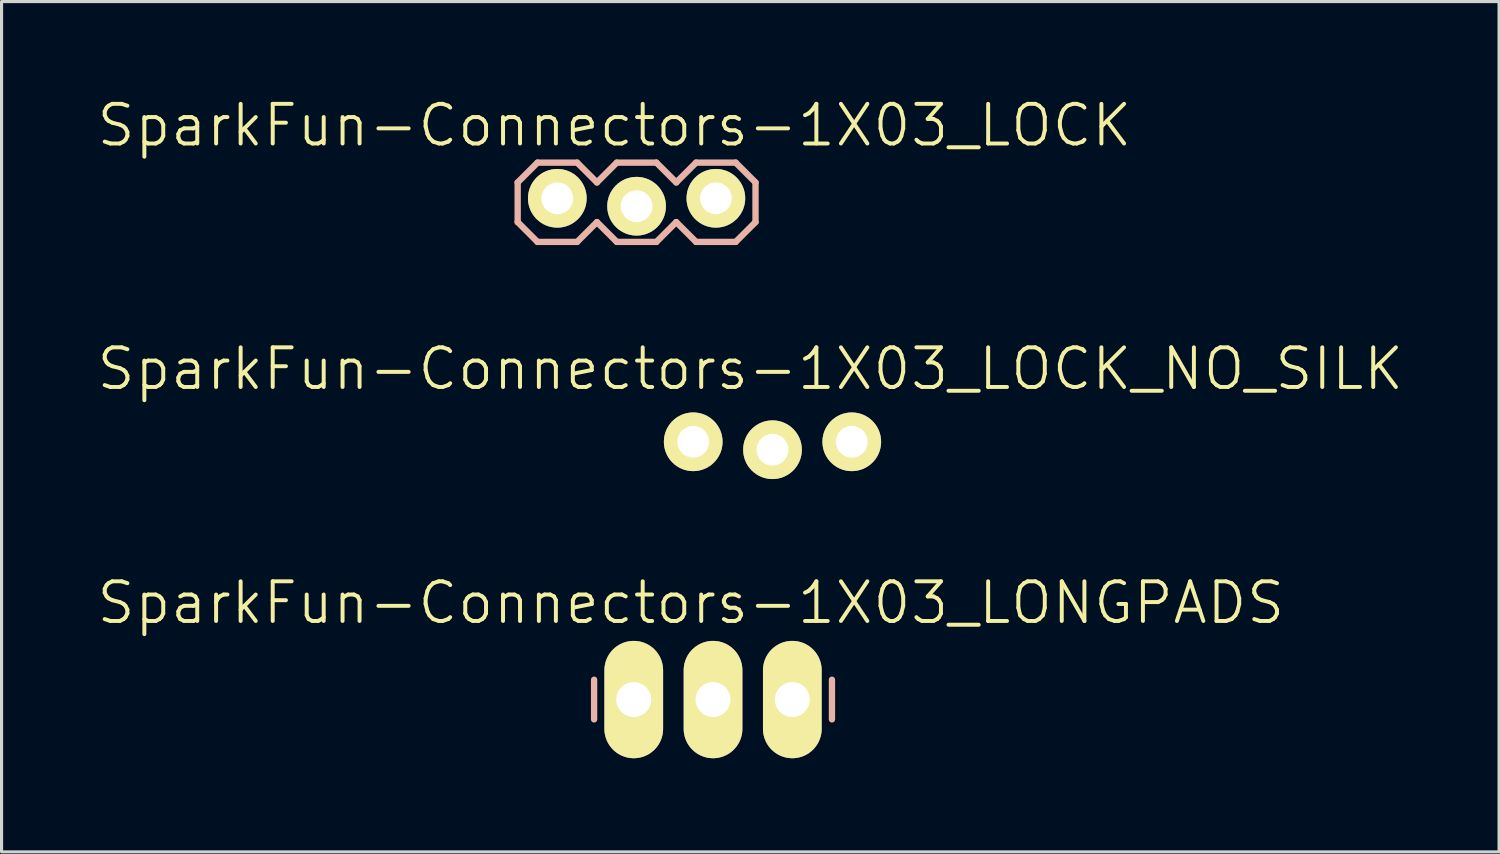
<source format=kicad_pcb>
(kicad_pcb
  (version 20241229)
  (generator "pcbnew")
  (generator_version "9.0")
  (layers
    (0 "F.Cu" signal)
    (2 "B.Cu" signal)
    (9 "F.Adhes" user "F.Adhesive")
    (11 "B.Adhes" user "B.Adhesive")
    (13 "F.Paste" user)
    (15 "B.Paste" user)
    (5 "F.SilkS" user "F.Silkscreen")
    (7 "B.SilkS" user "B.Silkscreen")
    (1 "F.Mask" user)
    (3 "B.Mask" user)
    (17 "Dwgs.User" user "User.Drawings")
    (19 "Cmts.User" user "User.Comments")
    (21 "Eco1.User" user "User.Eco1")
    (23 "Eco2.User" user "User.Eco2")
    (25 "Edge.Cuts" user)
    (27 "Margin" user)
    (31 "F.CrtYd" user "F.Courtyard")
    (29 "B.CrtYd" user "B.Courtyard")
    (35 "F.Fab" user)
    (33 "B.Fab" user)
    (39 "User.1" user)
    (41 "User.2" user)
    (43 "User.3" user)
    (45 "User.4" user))
  (footprint "SparkFun-Connectors-1X03_LOCK_NO_SILK"
    (layer "F.Cu")
    (at 19.159 11.231)
    (property "Reference" "SparkFun-Connectors-1X03_LOCK_NO_SILK" (at 1.829 -2.464 0) (layer "F.SilkS") (effects (font (size 1.27 1.27) (thickness 0.127))))
    (attr exclude_from_pos_files exclude_from_bom)
    (fp_line (start -0.254 -0.254) (end 0.254 -0.254) (stroke (width 0.066) (type solid)) (layer "F.SilkS"))
    (fp_line (start -0.254 0.254) (end -0.254 -0.254) (stroke (width 0.066) (type solid)) (layer "F.SilkS"))
    (fp_line (start -0.254 0.254) (end 0.254 0.254) (stroke (width 0.066) (type solid)) (layer "F.SilkS"))
    (fp_line (start 0.254 0.254) (end 0.254 -0.254) (stroke (width 0.066) (type solid)) (layer "F.SilkS"))
    (fp_line (start 2.286 -0.254) (end 2.794 -0.254) (stroke (width 0.066) (type solid)) (layer "F.SilkS"))
    (fp_line (start 2.286 0.254) (end 2.286 -0.254) (stroke (width 0.066) (type solid)) (layer "F.SilkS"))
    (fp_line (start 2.286 0.254) (end 2.794 0.254) (stroke (width 0.066) (type solid)) (layer "F.SilkS"))
    (fp_line (start 2.794 0.254) (end 2.794 -0.254) (stroke (width 0.066) (type solid)) (layer "F.SilkS"))
    (fp_line (start 4.826 -0.254) (end 5.334 -0.254) (stroke (width 0.066) (type solid)) (layer "F.SilkS"))
    (fp_line (start 4.826 0.254) (end 4.826 -0.254) (stroke (width 0.066) (type solid)) (layer "F.SilkS"))
    (fp_line (start 4.826 0.254) (end 5.334 0.254) (stroke (width 0.066) (type solid)) (layer "F.SilkS"))
    (fp_line (start 5.334 0.254) (end 5.334 -0.254) (stroke (width 0.066) (type solid)) (layer "F.SilkS"))
    (pad "1" thru_hole circle (at 0 -0.127) (size 1.88 1.88) (drill 1.016) (layers "*.Cu" "F.Mask" "F.SilkS" "F.Paste"))
    (pad "2" thru_hole circle (at 2.54 0.127) (size 1.88 1.88) (drill 1.016) (layers "*.Cu" "F.Mask" "F.SilkS" "F.Paste"))
    (pad "3" thru_hole circle (at 5.08 -0.127) (size 1.88 1.88) (drill 1.016) (layers "*.Cu" "F.Mask" "F.SilkS" "F.Paste")))
  (footprint "SparkFun-Connectors-1X03_LOCK"
    (layer "F.Cu")
    (at 14.805 3.43)
    (property "Reference" "SparkFun-Connectors-1X03_LOCK" (at 1.829 -2.464 0) (layer "F.SilkS") (effects (font (size 1.27 1.27) (thickness 0.127))))
    (attr exclude_from_pos_files exclude_from_bom)
    (fp_line (start -0.254 -0.254) (end 0.254 -0.254) (stroke (width 0.066) (type solid)) (layer "F.SilkS"))
    (fp_line (start -0.254 0.254) (end -0.254 -0.254) (stroke (width 0.066) (type solid)) (layer "F.SilkS"))
    (fp_line (start -0.254 0.254) (end 0.254 0.254) (stroke (width 0.066) (type solid)) (layer "F.SilkS"))
    (fp_line (start 0.254 0.254) (end 0.254 -0.254) (stroke (width 0.066) (type solid)) (layer "F.SilkS"))
    (fp_line (start 2.286 -0.254) (end 2.794 -0.254) (stroke (width 0.066) (type solid)) (layer "F.SilkS"))
    (fp_line (start 2.286 0.254) (end 2.286 -0.254) (stroke (width 0.066) (type solid)) (layer "F.SilkS"))
    (fp_line (start 2.286 0.254) (end 2.794 0.254) (stroke (width 0.066) (type solid)) (layer "F.SilkS"))
    (fp_line (start 2.794 0.254) (end 2.794 -0.254) (stroke (width 0.066) (type solid)) (layer "F.SilkS"))
    (fp_line (start 4.826 -0.254) (end 5.334 -0.254) (stroke (width 0.066) (type solid)) (layer "F.SilkS"))
    (fp_line (start 4.826 0.254) (end 4.826 -0.254) (stroke (width 0.066) (type solid)) (layer "F.SilkS"))
    (fp_line (start 4.826 0.254) (end 5.334 0.254) (stroke (width 0.066) (type solid)) (layer "F.SilkS"))
    (fp_line (start 5.334 0.254) (end 5.334 -0.254) (stroke (width 0.066) (type solid)) (layer "F.SilkS"))
    (fp_line (start -1.27 -0.635) (end -1.27 0.635) (stroke (width 0.203) (type solid)) (layer "B.SilkS"))
    (fp_line (start -1.27 0.635) (end -0.635 1.27) (stroke (width 0.203) (type solid)) (layer "B.SilkS"))
    (fp_line (start -0.635 -1.27) (end -1.27 -0.635) (stroke (width 0.203) (type solid)) (layer "B.SilkS"))
    (fp_line (start -0.635 -1.27) (end 0.635 -1.27) (stroke (width 0.203) (type solid)) (layer "B.SilkS"))
    (fp_line (start 0.635 -1.27) (end 1.27 -0.635) (stroke (width 0.203) (type solid)) (layer "B.SilkS"))
    (fp_line (start 0.635 1.27) (end -0.635 1.27) (stroke (width 0.203) (type solid)) (layer "B.SilkS"))
    (fp_line (start 1.27 -0.635) (end 1.905 -1.27) (stroke (width 0.203) (type solid)) (layer "B.SilkS"))
    (fp_line (start 1.27 0.635) (end 0.635 1.27) (stroke (width 0.203) (type solid)) (layer "B.SilkS"))
    (fp_line (start 1.905 -1.27) (end 3.175 -1.27) (stroke (width 0.203) (type solid)) (layer "B.SilkS"))
    (fp_line (start 1.905 1.27) (end 1.27 0.635) (stroke (width 0.203) (type solid)) (layer "B.SilkS"))
    (fp_line (start 3.175 -1.27) (end 3.81 -0.635) (stroke (width 0.203) (type solid)) (layer "B.SilkS"))
    (fp_line (start 3.175 1.27) (end 1.905 1.27) (stroke (width 0.203) (type solid)) (layer "B.SilkS"))
    (fp_line (start 3.81 -0.635) (end 4.445 -1.27) (stroke (width 0.203) (type solid)) (layer "B.SilkS"))
    (fp_line (start 3.81 0.635) (end 3.175 1.27) (stroke (width 0.203) (type solid)) (layer "B.SilkS"))
    (fp_line (start 4.445 -1.27) (end 5.715 -1.27) (stroke (width 0.203) (type solid)) (layer "B.SilkS"))
    (fp_line (start 4.445 1.27) (end 3.81 0.635) (stroke (width 0.203) (type solid)) (layer "B.SilkS"))
    (fp_line (start 5.715 -1.27) (end 6.35 -0.635) (stroke (width 0.203) (type solid)) (layer "B.SilkS"))
    (fp_line (start 5.715 1.27) (end 4.445 1.27) (stroke (width 0.203) (type solid)) (layer "B.SilkS"))
    (fp_line (start 6.35 -0.635) (end 6.35 0.635) (stroke (width 0.203) (type solid)) (layer "B.SilkS"))
    (fp_line (start 6.35 0.635) (end 5.715 1.27) (stroke (width 0.203) (type solid)) (layer "B.SilkS"))
    (pad "1" thru_hole circle (at 0 -0.127) (size 1.88 1.88) (drill 1.016) (layers "*.Cu" "F.Mask" "F.SilkS" "F.Paste"))
    (pad "2" thru_hole circle (at 2.54 0.127) (size 1.88 1.88) (drill 1.016) (layers "*.Cu" "F.Mask" "F.SilkS" "F.Paste"))
    (pad "3" thru_hole circle (at 5.08 -0.127) (size 1.88 1.88) (drill 1.016) (layers "*.Cu" "F.Mask" "F.SilkS" "F.Paste")))
  (footprint "SparkFun-Connectors-1X03_LONGPADS"
    (layer "F.Cu")
    (at 17.254 19.362)
    (property "Reference" "SparkFun-Connectors-1X03_LONGPADS" (at 1.829 -3.099 0) (layer "F.SilkS") (effects (font (size 1.27 1.27) (thickness 0.127))))
    (attr exclude_from_pos_files exclude_from_bom)
    (fp_line (start -0.254 -0.254) (end 0.254 -0.254) (stroke (width 0.066) (type solid)) (layer "F.SilkS"))
    (fp_line (start -0.254 0.254) (end -0.254 -0.254) (stroke (width 0.066) (type solid)) (layer "F.SilkS"))
    (fp_line (start -0.254 0.254) (end 0.254 0.254) (stroke (width 0.066) (type solid)) (layer "F.SilkS"))
    (fp_line (start 0.254 0.254) (end 0.254 -0.254) (stroke (width 0.066) (type solid)) (layer "F.SilkS"))
    (fp_line (start 2.286 -0.254) (end 2.794 -0.254) (stroke (width 0.066) (type solid)) (layer "F.SilkS"))
    (fp_line (start 2.286 0.254) (end 2.286 -0.254) (stroke (width 0.066) (type solid)) (layer "F.SilkS"))
    (fp_line (start 2.286 0.254) (end 2.794 0.254) (stroke (width 0.066) (type solid)) (layer "F.SilkS"))
    (fp_line (start 2.794 0.254) (end 2.794 -0.254) (stroke (width 0.066) (type solid)) (layer "F.SilkS"))
    (fp_line (start 4.826 -0.254) (end 5.334 -0.254) (stroke (width 0.066) (type solid)) (layer "F.SilkS"))
    (fp_line (start 4.826 0.254) (end 4.826 -0.254) (stroke (width 0.066) (type solid)) (layer "F.SilkS"))
    (fp_line (start 4.826 0.254) (end 5.334 0.254) (stroke (width 0.066) (type solid)) (layer "F.SilkS"))
    (fp_line (start 5.334 0.254) (end 5.334 -0.254) (stroke (width 0.066) (type solid)) (layer "F.SilkS"))
    (fp_line (start -1.27 -0.635) (end -1.27 0.635) (stroke (width 0.203) (type solid)) (layer "B.SilkS"))
    (fp_line (start 6.35 -0.635) (end 6.35 0.635) (stroke (width 0.203) (type solid)) (layer "B.SilkS"))
    (pad "1" thru_hole oval (at 0 0 180) (size 1.88 3.759) (drill 1.118) (layers "*.Cu" "F.Mask" "F.SilkS" "F.Paste"))
    (pad "2" thru_hole oval (at 2.54 0 180) (size 1.88 3.759) (drill 1.118) (layers "*.Cu" "F.Mask" "F.SilkS" "F.Paste"))
    (pad "3" thru_hole oval (at 5.08 0 180) (size 1.88 3.759) (drill 1.118) (layers "*.Cu" "F.Mask" "F.SilkS" "F.Paste")))
  (gr_rect
    (start -3 -3)
    (end 44.977 24.242)
    (stroke (width 0.1) (type default))
    (fill no)
    (layer "Edge.Cuts")))
</source>
